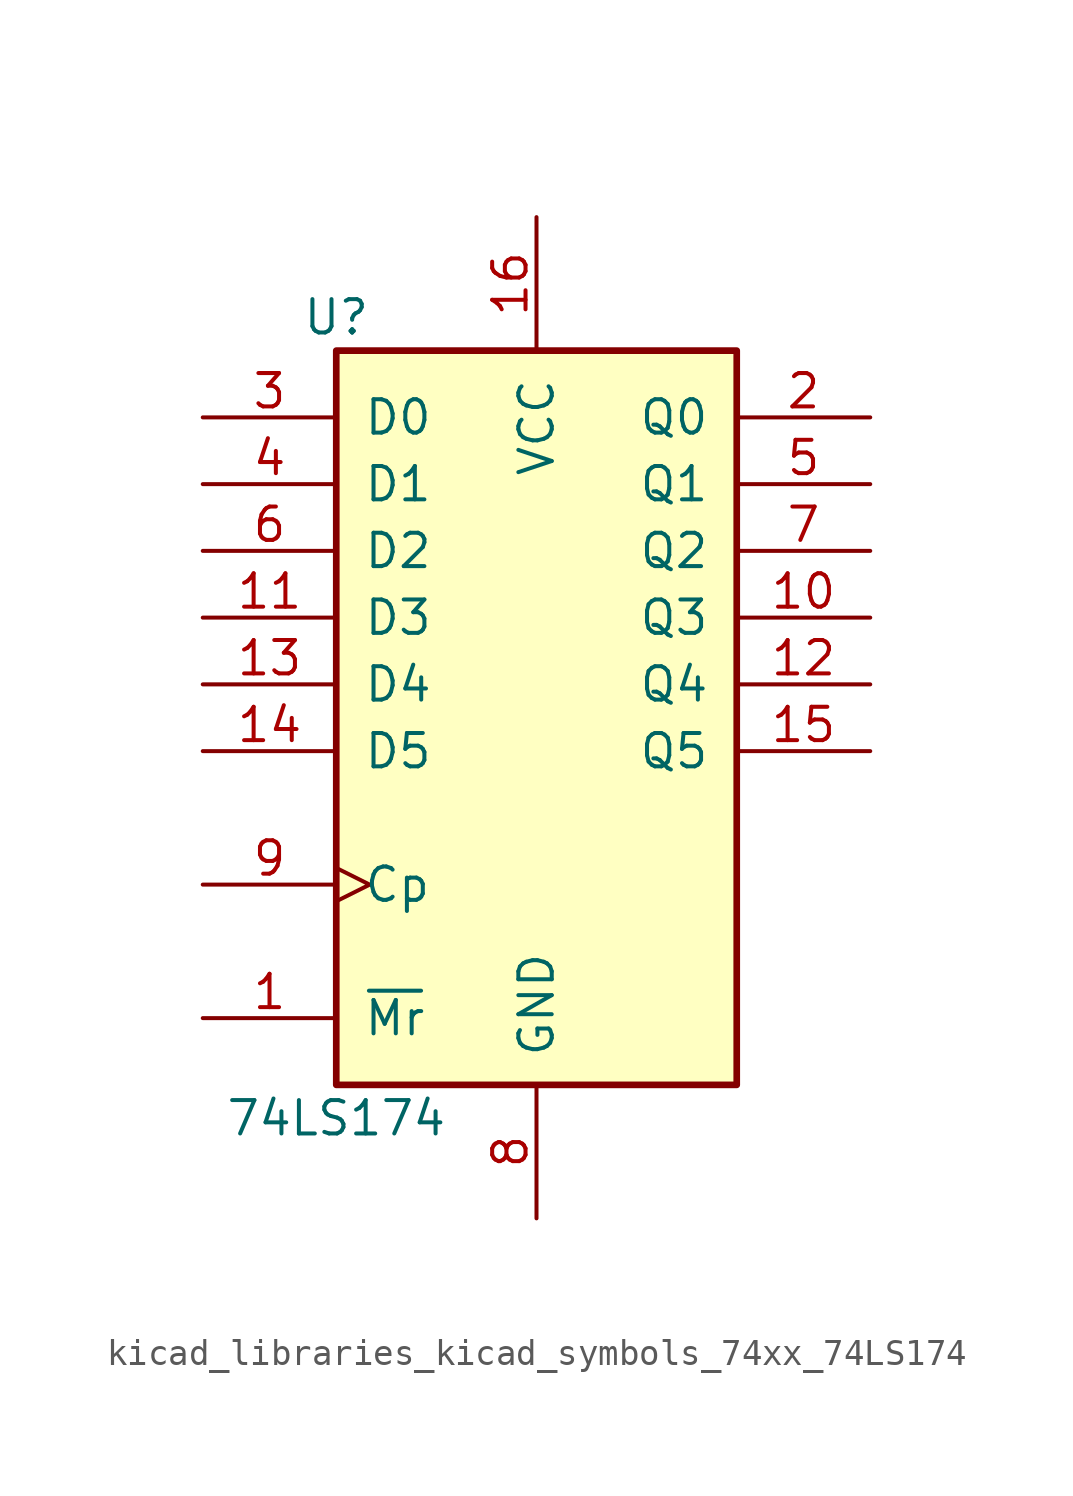
<source format=kicad_sym>
(kicad_symbol_lib
  (version 20220914)
  (generator kicad_symbol_editor)
  (symbol "kicad_libraries_kicad_symbols_74xx_74LS174"
    (pin_names
      (offset 1.016))
    (property "Reference" "U"
      (at -7.62 13.97 0)
      (effects (font (size 1.27 1.27))))
    (property "Value" "74LS174"
      (at -7.62 -16.51 0)
      (effects (font (size 1.27 1.27))))
    (property "ki_locked" ""
      (at 0 0 0)
      (effects (font (size 1.27 1.27))))
    (symbol "kicad_libraries_kicad_symbols_74xx_74LS174_1_0"
      (pin input line (at -12.7 -12.7 0) (length 5.08) (name "~{Mr}" (effects (font (size 1.27 1.27)))) (number "1" (effects (font (size 1.27 1.27)))))
      (pin output line (at 12.7 2.54 180) (length 5.08) (name "Q3" (effects (font (size 1.27 1.27)))) (number "10" (effects (font (size 1.27 1.27)))))
      (pin input line (at -12.7 2.54 0) (length 5.08) (name "D3" (effects (font (size 1.27 1.27)))) (number "11" (effects (font (size 1.27 1.27)))))
      (pin output line (at 12.7 0 180) (length 5.08) (name "Q4" (effects (font (size 1.27 1.27)))) (number "12" (effects (font (size 1.27 1.27)))))
      (pin input line (at -12.7 0 0) (length 5.08) (name "D4" (effects (font (size 1.27 1.27)))) (number "13" (effects (font (size 1.27 1.27)))))
      (pin input line (at -12.7 -2.54 0) (length 5.08) (name "D5" (effects (font (size 1.27 1.27)))) (number "14" (effects (font (size 1.27 1.27)))))
      (pin output line (at 12.7 -2.54 180) (length 5.08) (name "Q5" (effects (font (size 1.27 1.27)))) (number "15" (effects (font (size 1.27 1.27)))))
      (pin power_in line (at 0 17.78 270) (length 5.08) (name "VCC" (effects (font (size 1.27 1.27)))) (number "16" (effects (font (size 1.27 1.27)))))
      (pin output line (at 12.7 10.16 180) (length 5.08) (name "Q0" (effects (font (size 1.27 1.27)))) (number "2" (effects (font (size 1.27 1.27)))))
      (pin input line (at -12.7 10.16 0) (length 5.08) (name "D0" (effects (font (size 1.27 1.27)))) (number "3" (effects (font (size 1.27 1.27)))))
      (pin input line (at -12.7 7.62 0) (length 5.08) (name "D1" (effects (font (size 1.27 1.27)))) (number "4" (effects (font (size 1.27 1.27)))))
      (pin output line (at 12.7 7.62 180) (length 5.08) (name "Q1" (effects (font (size 1.27 1.27)))) (number "5" (effects (font (size 1.27 1.27)))))
      (pin input line (at -12.7 5.08 0) (length 5.08) (name "D2" (effects (font (size 1.27 1.27)))) (number "6" (effects (font (size 1.27 1.27)))))
      (pin output line (at 12.7 5.08 180) (length 5.08) (name "Q2" (effects (font (size 1.27 1.27)))) (number "7" (effects (font (size 1.27 1.27)))))
      (pin power_in line (at 0 -20.32 90) (length 5.08) (name "GND" (effects (font (size 1.27 1.27)))) (number "8" (effects (font (size 1.27 1.27)))))
      (pin input clock (at -12.7 -7.62 0) (length 5.08) (name "Cp" (effects (font (size 1.27 1.27)))) (number "9" (effects (font (size 1.27 1.27))))))
    (symbol "kicad_libraries_kicad_symbols_74xx_74LS174_1_1"
      (rectangle (start -7.62 12.7) (end 7.62 -15.24) (stroke (width 0.254) (type default)) (fill (type background))))))
</source>
